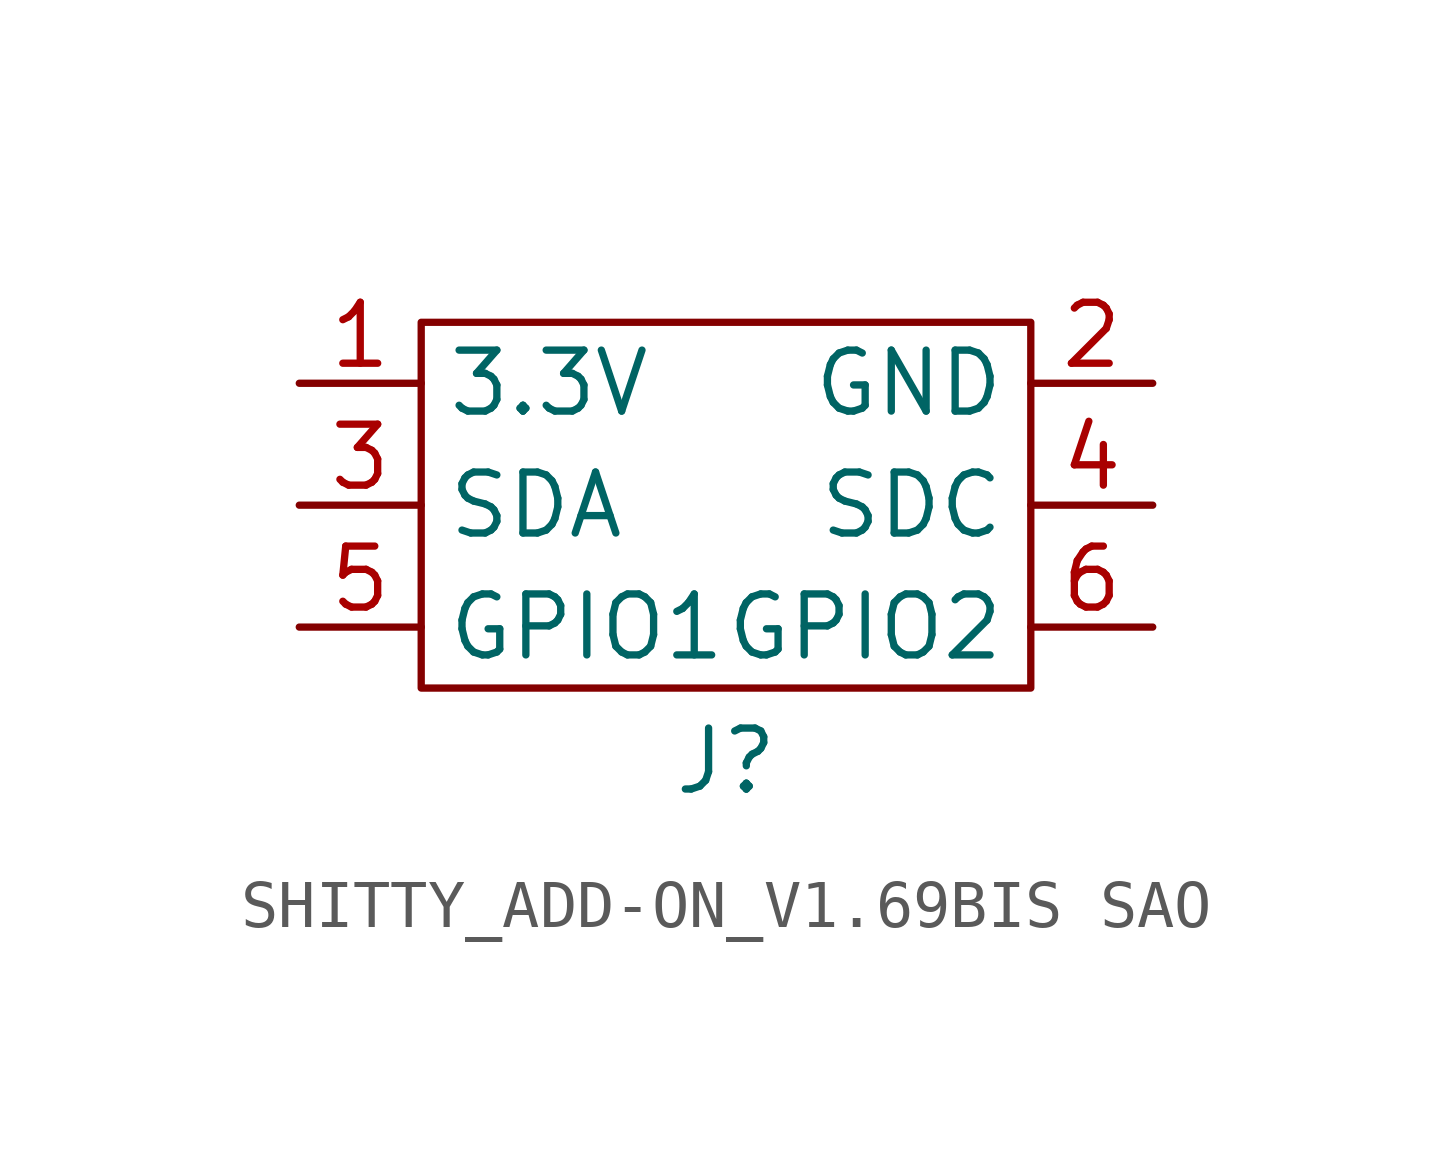
<source format=kicad_sym>
(kicad_symbol_lib
  (version 20231120)
  (generator "kicad_symbol_editor")
  (generator_version "8.0")
  (symbol "SHITTY_ADD-ON_V1.69BIS SAO"
    (property "Reference" "J"
      (at 0 -5.334 0)
      (effects (font (size 1.27 1.27))))
    (property "Value" ""
      (at -3.81 5.08 0)
      (effects (font (size 1.27 1.27))))
    (symbol "SHITTY_ADD-ON_V1.69BIS SAO_0_1"
      (rectangle (start 6.35 3.81) (end -6.35 -3.81) (stroke (width 0) (type default)) (fill (type none))))
    (symbol "SHITTY_ADD-ON_V1.69BIS SAO_1_1"
      (pin power_in line (at -8.89 2.54 0) (length 2.54) (name "3.3V" (effects (font (size 1.27 1.27)))) (number "1" (effects (font (size 1.27 1.27)))))
      (pin power_in line (at 8.89 2.54 180) (length 2.54) (name "GND" (effects (font (size 1.27 1.27)))) (number "2" (effects (font (size 1.27 1.27)))))
      (pin input line (at -8.89 0 0) (length 2.54) (name "SDA" (effects (font (size 1.27 1.27)))) (number "3" (effects (font (size 1.27 1.27)))))
      (pin input line (at 8.89 0 180) (length 2.54) (name "SDC" (effects (font (size 1.27 1.27)))) (number "4" (effects (font (size 1.27 1.27)))))
      (pin input line (at -8.89 -2.54 0) (length 2.54) (name "GPIO1" (effects (font (size 1.27 1.27)))) (number "5" (effects (font (size 1.27 1.27)))))
      (pin input line (at 8.89 -2.54 180) (length 2.54) (name "GPIO2" (effects (font (size 1.27 1.27)))) (number "6" (effects (font (size 1.27 1.27))))))))
</source>
